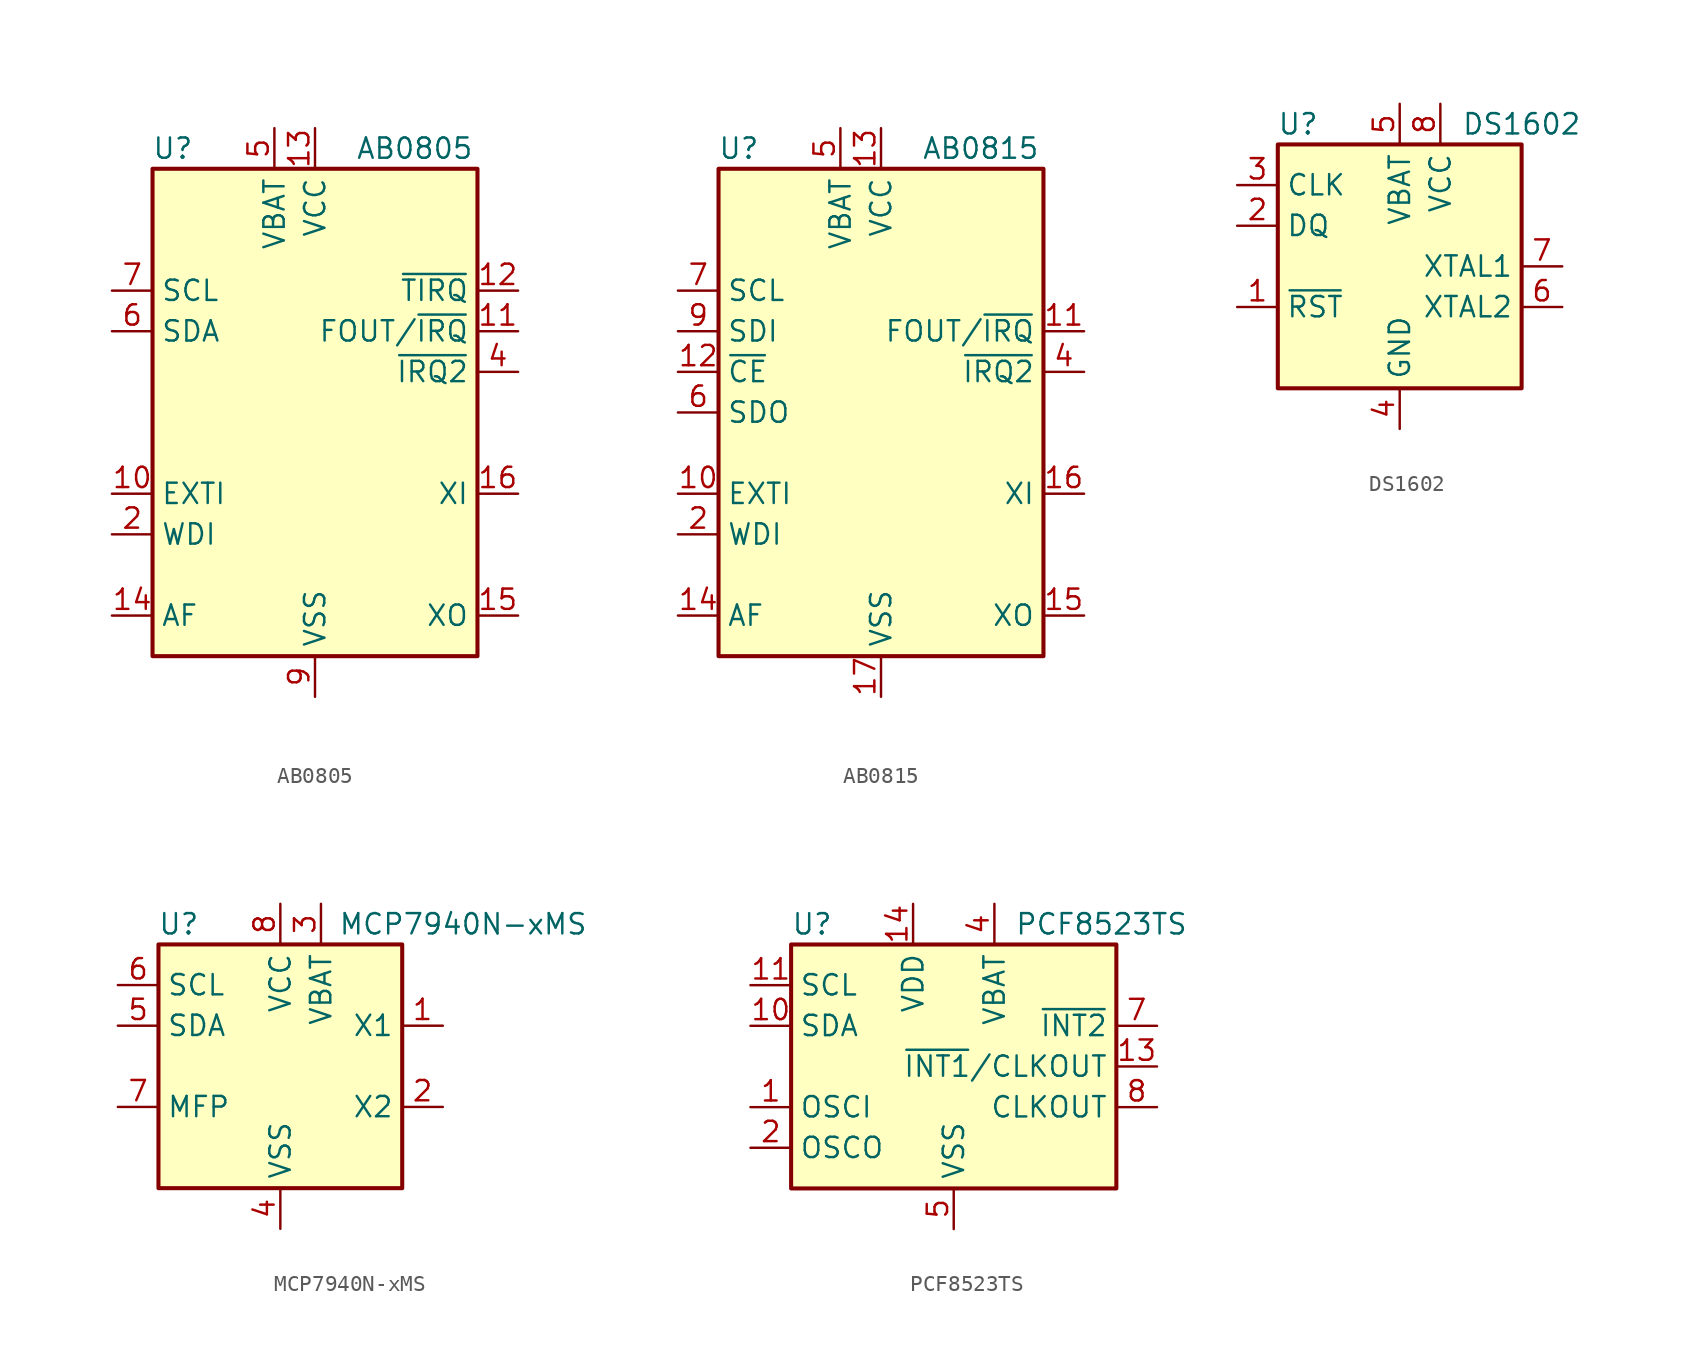
<source format=kicad_sym>
(kicad_symbol_lib
  (version 20200908)
  (generator kicad_symbol_editor)
  (symbol "Timer_RTC:AB0805"
    (property "Reference" "U"
      (at -8.89 16.51 0)
      (effects (font (size 1.27 1.27))))
    (property "Value" "AB0805"
      (at 2.54 16.51 0)
      (effects (font (size 1.27 1.27)) (justify left)))
    (symbol "AB0805_0_1"
      (rectangle (start -10.16 15.24) (end 10.16 -15.24) (stroke (width 0.254)) (fill (type background))))
    (symbol "AB0805_1_1"
      (pin unconnected line (at -10.16 -2.54 0) (length 2.54) hide (name "NC" (effects (font (size 1.27 1.27)))) (number "1" (effects (font (size 1.27 1.27)))))
      (pin input line (at -12.7 -5.08 0) (length 2.54) (name "EXTI" (effects (font (size 1.27 1.27)))) (number "10" (effects (font (size 1.27 1.27)))))
      (pin open_collector line (at 12.7 5.08 180) (length 2.54) (name "FOUT/~IRQ" (effects (font (size 1.27 1.27)))) (number "11" (effects (font (size 1.27 1.27)))))
      (pin open_collector line (at 12.7 7.62 180) (length 2.54) (name "~TIRQ" (effects (font (size 1.27 1.27)))) (number "12" (effects (font (size 1.27 1.27)))))
      (pin power_in line (at 0 17.78 270) (length 2.54) (name "VCC" (effects (font (size 1.27 1.27)))) (number "13" (effects (font (size 1.27 1.27)))))
      (pin passive line (at -12.7 -12.7 0) (length 2.54) (name "AF" (effects (font (size 1.27 1.27)))) (number "14" (effects (font (size 1.27 1.27)))))
      (pin output line (at 12.7 -12.7 180) (length 2.54) (name "XO" (effects (font (size 1.27 1.27)))) (number "15" (effects (font (size 1.27 1.27)))))
      (pin input line (at 12.7 -5.08 180) (length 2.54) (name "XI" (effects (font (size 1.27 1.27)))) (number "16" (effects (font (size 1.27 1.27)))))
      (pin passive line (at 0 -17.78 90) (length 2.54) hide (name "VSS" (effects (font (size 1.27 1.27)))) (number "17" (effects (font (size 1.27 1.27)))))
      (pin input line (at -12.7 -7.62 0) (length 2.54) (name "WDI" (effects (font (size 1.27 1.27)))) (number "2" (effects (font (size 1.27 1.27)))))
      (pin unconnected line (at -10.16 -10.16 0) (length 2.54) hide (name "NC" (effects (font (size 1.27 1.27)))) (number "3" (effects (font (size 1.27 1.27)))))
      (pin open_collector line (at 12.7 2.54 180) (length 2.54) (name "~IRQ2" (effects (font (size 1.27 1.27)))) (number "4" (effects (font (size 1.27 1.27)))))
      (pin power_in line (at -2.54 17.78 270) (length 2.54) (name "VBAT" (effects (font (size 1.27 1.27)))) (number "5" (effects (font (size 1.27 1.27)))))
      (pin bidirectional line (at -12.7 5.08 0) (length 2.54) (name "SDA" (effects (font (size 1.27 1.27)))) (number "6" (effects (font (size 1.27 1.27)))))
      (pin input line (at -12.7 7.62 0) (length 2.54) (name "SCL" (effects (font (size 1.27 1.27)))) (number "7" (effects (font (size 1.27 1.27)))))
      (pin unconnected line (at 10.16 0 180) (length 2.54) hide (name "NC" (effects (font (size 1.27 1.27)))) (number "8" (effects (font (size 1.27 1.27)))))
      (pin power_in line (at 0 -17.78 90) (length 2.54) (name "VSS" (effects (font (size 1.27 1.27)))) (number "9" (effects (font (size 1.27 1.27)))))))
  (symbol "Timer_RTC:AB0815"
    (property "Reference" "U"
      (at -8.89 16.51 0)
      (effects (font (size 1.27 1.27))))
    (property "Value" "AB0815"
      (at 2.54 16.51 0)
      (effects (font (size 1.27 1.27)) (justify left)))
    (symbol "AB0815_0_1"
      (rectangle (start -10.16 15.24) (end 10.16 -15.24) (stroke (width 0.254)) (fill (type background))))
    (symbol "AB0815_1_1"
      (pin unconnected line (at -10.16 -2.54 0) (length 2.54) hide (name "NC" (effects (font (size 1.27 1.27)))) (number "1" (effects (font (size 1.27 1.27)))))
      (pin input line (at -12.7 -5.08 0) (length 2.54) (name "EXTI" (effects (font (size 1.27 1.27)))) (number "10" (effects (font (size 1.27 1.27)))))
      (pin open_collector line (at 12.7 5.08 180) (length 2.54) (name "FOUT/~IRQ" (effects (font (size 1.27 1.27)))) (number "11" (effects (font (size 1.27 1.27)))))
      (pin input line (at -12.7 2.54 0) (length 2.54) (name "~CE" (effects (font (size 1.27 1.27)))) (number "12" (effects (font (size 1.27 1.27)))))
      (pin power_in line (at 0 17.78 270) (length 2.54) (name "VCC" (effects (font (size 1.27 1.27)))) (number "13" (effects (font (size 1.27 1.27)))))
      (pin passive line (at -12.7 -12.7 0) (length 2.54) (name "AF" (effects (font (size 1.27 1.27)))) (number "14" (effects (font (size 1.27 1.27)))))
      (pin output line (at 12.7 -12.7 180) (length 2.54) (name "XO" (effects (font (size 1.27 1.27)))) (number "15" (effects (font (size 1.27 1.27)))))
      (pin input line (at 12.7 -5.08 180) (length 2.54) (name "XI" (effects (font (size 1.27 1.27)))) (number "16" (effects (font (size 1.27 1.27)))))
      (pin power_in line (at 0 -17.78 90) (length 2.54) (name "VSS" (effects (font (size 1.27 1.27)))) (number "17" (effects (font (size 1.27 1.27)))))
      (pin input line (at -12.7 -7.62 0) (length 2.54) (name "WDI" (effects (font (size 1.27 1.27)))) (number "2" (effects (font (size 1.27 1.27)))))
      (pin unconnected line (at -10.16 -10.16 0) (length 2.54) hide (name "NC" (effects (font (size 1.27 1.27)))) (number "3" (effects (font (size 1.27 1.27)))))
      (pin open_collector line (at 12.7 2.54 180) (length 2.54) (name "~IRQ2" (effects (font (size 1.27 1.27)))) (number "4" (effects (font (size 1.27 1.27)))))
      (pin power_in line (at -2.54 17.78 270) (length 2.54) (name "VBAT" (effects (font (size 1.27 1.27)))) (number "5" (effects (font (size 1.27 1.27)))))
      (pin output line (at -12.7 0 0) (length 2.54) (name "SDO" (effects (font (size 1.27 1.27)))) (number "6" (effects (font (size 1.27 1.27)))))
      (pin input line (at -12.7 7.62 0) (length 2.54) (name "SCL" (effects (font (size 1.27 1.27)))) (number "7" (effects (font (size 1.27 1.27)))))
      (pin unconnected line (at 10.16 0 180) (length 2.54) hide (name "NC" (effects (font (size 1.27 1.27)))) (number "8" (effects (font (size 1.27 1.27)))))
      (pin input line (at -12.7 5.08 0) (length 2.54) (name "SDI" (effects (font (size 1.27 1.27)))) (number "9" (effects (font (size 1.27 1.27)))))))
  (symbol "Timer_RTC:DS1602"
    (property "Reference" "U"
      (at -6.35 8.89 0)
      (effects (font (size 1.27 1.27))))
    (property "Value" "DS1602"
      (at 7.62 8.89 0)
      (effects (font (size 1.27 1.27))))
    (symbol "DS1602_0_1"
      (rectangle (start -7.62 7.62) (end 7.62 -7.62) (stroke (width 0.254)) (fill (type background))))
    (symbol "DS1602_1_1"
      (pin input line (at -10.16 -2.54 0) (length 2.54) (name "~RST~" (effects (font (size 1.27 1.27)))) (number "1" (effects (font (size 1.27 1.27)))))
      (pin bidirectional line (at -10.16 2.54 0) (length 2.54) (name "DQ" (effects (font (size 1.27 1.27)))) (number "2" (effects (font (size 1.27 1.27)))))
      (pin input line (at -10.16 5.08 0) (length 2.54) (name "CLK" (effects (font (size 1.27 1.27)))) (number "3" (effects (font (size 1.27 1.27)))))
      (pin power_in line (at 0 -10.16 90) (length 2.54) (name "GND" (effects (font (size 1.27 1.27)))) (number "4" (effects (font (size 1.27 1.27)))))
      (pin power_in line (at 0 10.16 270) (length 2.54) (name "VBAT" (effects (font (size 1.27 1.27)))) (number "5" (effects (font (size 1.27 1.27)))))
      (pin passive line (at 10.16 -2.54 180) (length 2.54) (name "XTAL2" (effects (font (size 1.27 1.27)))) (number "6" (effects (font (size 1.27 1.27)))))
      (pin passive line (at 10.16 0 180) (length 2.54) (name "XTAL1" (effects (font (size 1.27 1.27)))) (number "7" (effects (font (size 1.27 1.27)))))
      (pin power_in line (at 2.54 10.16 270) (length 2.54) (name "VCC" (effects (font (size 1.27 1.27)))) (number "8" (effects (font (size 1.27 1.27)))))))
  (symbol "Timer_RTC:MCP7940N-xMS"
    (property "Reference" "U"
      (at -6.35 8.89 0)
      (effects (font (size 1.27 1.27))))
    (property "Value" "MCP7940N-xMS"
      (at 11.43 8.89 0)
      (effects (font (size 1.27 1.27))))
    (symbol "MCP7940N-xMS_0_1"
      (rectangle (start -7.62 7.62) (end 7.62 -7.62) (stroke (width 0.254)) (fill (type background))))
    (symbol "MCP7940N-xMS_1_1"
      (pin input line (at 10.16 2.54 180) (length 2.54) (name "X1" (effects (font (size 1.27 1.27)))) (number "1" (effects (font (size 1.27 1.27)))))
      (pin output line (at 10.16 -2.54 180) (length 2.54) (name "X2" (effects (font (size 1.27 1.27)))) (number "2" (effects (font (size 1.27 1.27)))))
      (pin power_in line (at 2.54 10.16 270) (length 2.54) (name "VBAT" (effects (font (size 1.27 1.27)))) (number "3" (effects (font (size 1.27 1.27)))))
      (pin power_in line (at 0 -10.16 90) (length 2.54) (name "VSS" (effects (font (size 1.27 1.27)))) (number "4" (effects (font (size 1.27 1.27)))))
      (pin bidirectional line (at -10.16 2.54 0) (length 2.54) (name "SDA" (effects (font (size 1.27 1.27)))) (number "5" (effects (font (size 1.27 1.27)))))
      (pin input line (at -10.16 5.08 0) (length 2.54) (name "SCL" (effects (font (size 1.27 1.27)))) (number "6" (effects (font (size 1.27 1.27)))))
      (pin open_collector line (at -10.16 -2.54 0) (length 2.54) (name "MFP" (effects (font (size 1.27 1.27)))) (number "7" (effects (font (size 1.27 1.27)))))
      (pin power_in line (at 0 10.16 270) (length 2.54) (name "VCC" (effects (font (size 1.27 1.27)))) (number "8" (effects (font (size 1.27 1.27)))))))
  (symbol "Timer_RTC:PCF8523TS"
    (property "Reference" "U"
      (at -10.16 8.89 0)
      (effects (font (size 1.27 1.27)) (justify left)))
    (property "Value" "PCF8523TS"
      (at 3.81 8.89 0)
      (effects (font (size 1.27 1.27)) (justify left)))
    (symbol "PCF8523TS_0_1"
      (rectangle (start -10.16 7.62) (end 10.16 -7.62) (stroke (width 0.254)) (fill (type background))))
    (symbol "PCF8523TS_1_1"
      (pin input line (at -12.7 -2.54 0) (length 2.54) (name "OSCI" (effects (font (size 1.27 1.27)))) (number "1" (effects (font (size 1.27 1.27)))))
      (pin bidirectional line (at -12.7 2.54 0) (length 2.54) (name "SDA" (effects (font (size 1.27 1.27)))) (number "10" (effects (font (size 1.27 1.27)))))
      (pin input line (at -12.7 5.08 0) (length 2.54) (name "SCL" (effects (font (size 1.27 1.27)))) (number "11" (effects (font (size 1.27 1.27)))))
      (pin unconnected line (at 5.08 -7.62 90) (length 2.54) hide (name "NC" (effects (font (size 1.27 1.27)))) (number "12" (effects (font (size 1.27 1.27)))))
      (pin output line (at 12.7 0 180) (length 2.54) (name "~INT1~/CLKOUT" (effects (font (size 1.27 1.27)))) (number "13" (effects (font (size 1.27 1.27)))))
      (pin power_in line (at -2.54 10.16 270) (length 2.54) (name "VDD" (effects (font (size 1.27 1.27)))) (number "14" (effects (font (size 1.27 1.27)))))
      (pin output line (at -12.7 -5.08 0) (length 2.54) (name "OSCO" (effects (font (size 1.27 1.27)))) (number "2" (effects (font (size 1.27 1.27)))))
      (pin unconnected line (at -5.08 -7.62 90) (length 2.54) hide (name "NC" (effects (font (size 1.27 1.27)))) (number "3" (effects (font (size 1.27 1.27)))))
      (pin power_in line (at 2.54 10.16 270) (length 2.54) (name "VBAT" (effects (font (size 1.27 1.27)))) (number "4" (effects (font (size 1.27 1.27)))))
      (pin power_in line (at 0 -10.16 90) (length 2.54) (name "VSS" (effects (font (size 1.27 1.27)))) (number "5" (effects (font (size 1.27 1.27)))))
      (pin unconnected line (at -2.54 -7.62 90) (length 2.54) hide (name "NC" (effects (font (size 1.27 1.27)))) (number "6" (effects (font (size 1.27 1.27)))))
      (pin open_collector line (at 12.7 2.54 180) (length 2.54) (name "~INT2" (effects (font (size 1.27 1.27)))) (number "7" (effects (font (size 1.27 1.27)))))
      (pin open_collector line (at 12.7 -2.54 180) (length 2.54) (name "CLKOUT" (effects (font (size 1.27 1.27)))) (number "8" (effects (font (size 1.27 1.27)))))
      (pin unconnected line (at 2.54 -7.62 90) (length 2.54) hide (name "NC" (effects (font (size 1.27 1.27)))) (number "9" (effects (font (size 1.27 1.27))))))))
</source>
